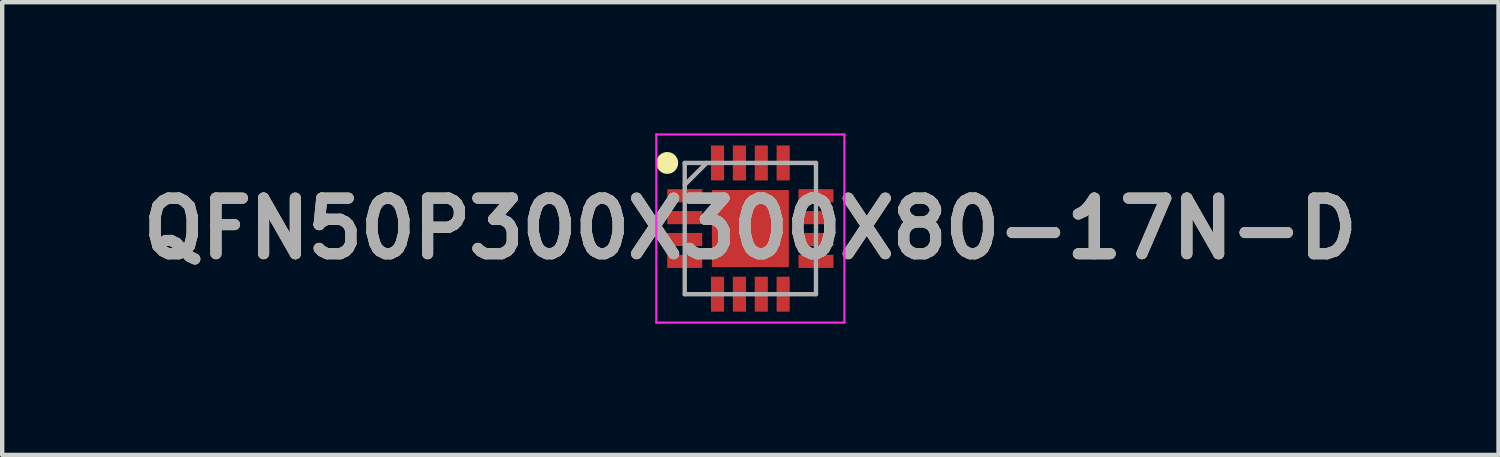
<source format=kicad_pcb>
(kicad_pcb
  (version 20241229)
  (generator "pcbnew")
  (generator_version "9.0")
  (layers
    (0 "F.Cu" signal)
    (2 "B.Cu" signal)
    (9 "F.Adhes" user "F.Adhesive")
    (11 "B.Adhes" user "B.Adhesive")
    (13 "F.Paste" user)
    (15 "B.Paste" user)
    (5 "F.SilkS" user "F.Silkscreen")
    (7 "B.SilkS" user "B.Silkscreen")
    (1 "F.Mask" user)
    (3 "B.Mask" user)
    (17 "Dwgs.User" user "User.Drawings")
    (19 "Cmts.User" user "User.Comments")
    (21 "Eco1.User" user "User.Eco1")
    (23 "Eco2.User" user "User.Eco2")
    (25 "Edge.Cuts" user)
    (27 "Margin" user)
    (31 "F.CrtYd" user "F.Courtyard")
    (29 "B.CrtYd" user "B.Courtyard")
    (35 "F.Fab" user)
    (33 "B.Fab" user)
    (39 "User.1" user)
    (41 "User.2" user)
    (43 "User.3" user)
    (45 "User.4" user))
  (footprint "QFN50P300X300X80-17N-D"
    (layer "F.Cu")
    (at 14.103 2.175)
    (property "Reference" "QFN50P300X300X80-17N-D" (at 0 0 0) (layer "F.SilkS") (effects (font (size 1.27 1.27) (thickness 0.254))))
    (attr smd)
    (fp_circle (center -1.9 -1.5) (end -1.9 -1.375) (stroke (width 0.25) (type solid)) (fill no) (layer "F.SilkS"))
    (fp_line (start -2.15 -2.15) (end 2.15 -2.15) (stroke (width 0.05) (type solid)) (layer "F.CrtYd"))
    (fp_line (start -2.15 2.15) (end -2.15 -2.15) (stroke (width 0.05) (type solid)) (layer "F.CrtYd"))
    (fp_line (start 2.15 -2.15) (end 2.15 2.15) (stroke (width 0.05) (type solid)) (layer "F.CrtYd"))
    (fp_line (start 2.15 2.15) (end -2.15 2.15) (stroke (width 0.05) (type solid)) (layer "F.CrtYd"))
    (fp_line (start -1.5 -1.5) (end 1.5 -1.5) (stroke (width 0.1) (type solid)) (layer "F.Fab"))
    (fp_line (start -1.5 -1) (end -1 -1.5) (stroke (width 0.1) (type solid)) (layer "F.Fab"))
    (fp_line (start -1.5 1.5) (end -1.5 -1.5) (stroke (width 0.1) (type solid)) (layer "F.Fab"))
    (fp_line (start 1.5 -1.5) (end 1.5 1.5) (stroke (width 0.1) (type solid)) (layer "F.Fab"))
    (fp_line (start 1.5 1.5) (end -1.5 1.5) (stroke (width 0.1) (type solid)) (layer "F.Fab"))
    (fp_text user "${REFERENCE}" (at 0 0 0) (layer "F.Fab") (effects (font (size 1.27 1.27) (thickness 0.254))))
    (pad "1" smd rect (at -1.5 -0.75 90) (size 0.3 0.8) (layers "F.Cu" "F.Mask" "F.Paste"))
    (pad "2" smd rect (at -1.5 -0.25 90) (size 0.3 0.8) (layers "F.Cu" "F.Mask" "F.Paste"))
    (pad "3" smd rect (at -1.5 0.25 90) (size 0.3 0.8) (layers "F.Cu" "F.Mask" "F.Paste"))
    (pad "4" smd rect (at -1.5 0.75 90) (size 0.3 0.8) (layers "F.Cu" "F.Mask" "F.Paste"))
    (pad "5" smd rect (at -0.75 1.5) (size 0.3 0.8) (layers "F.Cu" "F.Mask" "F.Paste"))
    (pad "6" smd rect (at -0.25 1.5) (size 0.3 0.8) (layers "F.Cu" "F.Mask" "F.Paste"))
    (pad "7" smd rect (at 0.25 1.5) (size 0.3 0.8) (layers "F.Cu" "F.Mask" "F.Paste"))
    (pad "8" smd rect (at 0.75 1.5) (size 0.3 0.8) (layers "F.Cu" "F.Mask" "F.Paste"))
    (pad "9" smd rect (at 1.5 0.75 90) (size 0.3 0.8) (layers "F.Cu" "F.Mask" "F.Paste"))
    (pad "10" smd rect (at 1.5 0.25 90) (size 0.3 0.8) (layers "F.Cu" "F.Mask" "F.Paste"))
    (pad "11" smd rect (at 1.5 -0.25 90) (size 0.3 0.8) (layers "F.Cu" "F.Mask" "F.Paste"))
    (pad "12" smd rect (at 1.5 -0.75 90) (size 0.3 0.8) (layers "F.Cu" "F.Mask" "F.Paste"))
    (pad "13" smd rect (at 0.75 -1.5) (size 0.3 0.8) (layers "F.Cu" "F.Mask" "F.Paste"))
    (pad "14" smd rect (at 0.25 -1.5) (size 0.3 0.8) (layers "F.Cu" "F.Mask" "F.Paste"))
    (pad "15" smd rect (at -0.25 -1.5) (size 0.3 0.8) (layers "F.Cu" "F.Mask" "F.Paste"))
    (pad "16" smd rect (at -0.75 -1.5) (size 0.3 0.8) (layers "F.Cu" "F.Mask" "F.Paste"))
    (pad "17" smd rect (at 0 0) (size 1.76 1.76) (layers "F.Cu" "F.Mask" "F.Paste")))
  (gr_rect
    (start -3 -3)
    (end 31.206 7.35)
    (stroke (width 0.1) (type default))
    (fill no)
    (layer "Edge.Cuts")))
</source>
